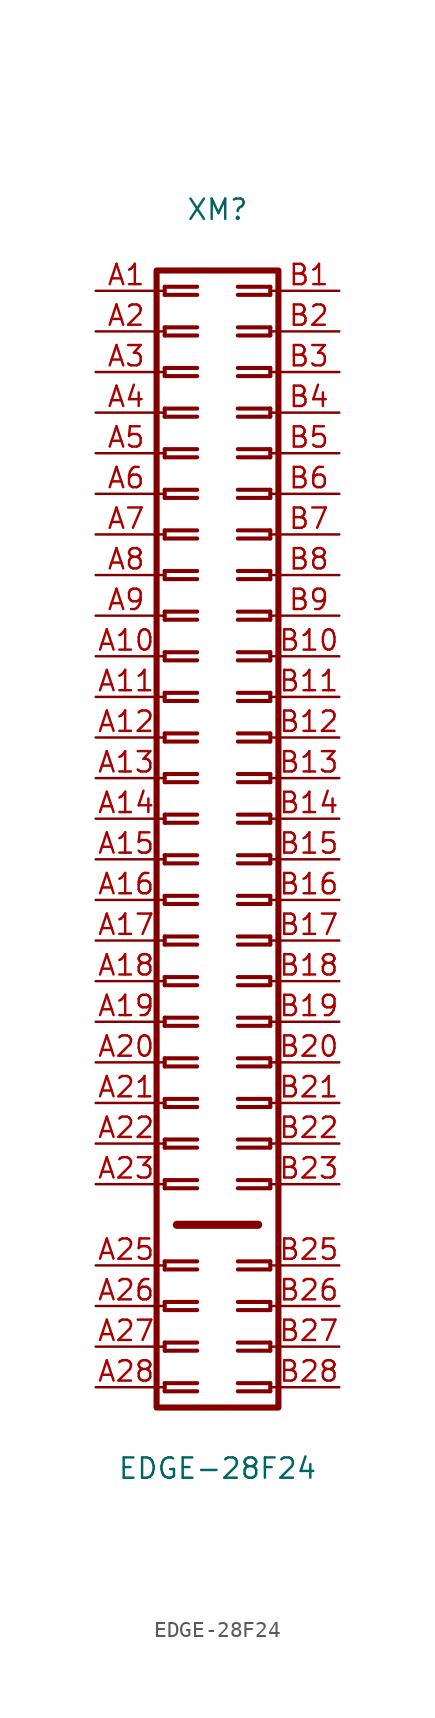
<source format=kicad_sym>
(kicad_symbol_lib
  (version 20231120)
  (generator "kicad_symbol_editor")
  (generator_version "8.0")
  (symbol "EDGE-28F24"
    (pin_names
      (offset 1.016))
    (property "Reference" "XM"
      (at 0 39.37 0)
      (effects (font (size 1.27 1.27))))
    (property "Value" "EDGE-28F24"
      (at 0 -39.37 0)
      (effects (font (size 1.27 1.27))))
    (symbol "EDGE-28F24_0_0"
      (polyline (pts (xy -2.54 -24.13) (xy 2.54 -24.13)) (stroke (width 0.508) (type default)) (fill (type none))))
    (symbol "EDGE-28F24_0_1"
      (rectangle (start -3.81 35.56) (end 3.81 -35.56) (stroke (width 0.381) (type default)) (fill (type none)))
      (polyline (pts (xy -3.81 -34.29) (xy -3.302 -34.29)) (stroke (width 0) (type default)) (fill (type none)))
      (polyline (pts (xy -3.81 -31.75) (xy -3.302 -31.75)) (stroke (width 0) (type default)) (fill (type none)))
      (polyline (pts (xy -3.81 -29.21) (xy -3.302 -29.21)) (stroke (width 0) (type default)) (fill (type none)))
      (polyline (pts (xy -3.81 -26.67) (xy -3.302 -26.67)) (stroke (width 0) (type default)) (fill (type none)))
      (polyline (pts (xy -3.81 -21.59) (xy -3.302 -21.59)) (stroke (width 0) (type default)) (fill (type none)))
      (polyline (pts (xy -3.81 -19.05) (xy -3.302 -19.05)) (stroke (width 0) (type default)) (fill (type none)))
      (polyline (pts (xy -3.81 -16.51) (xy -3.302 -16.51)) (stroke (width 0) (type default)) (fill (type none)))
      (polyline (pts (xy -3.81 -13.97) (xy -3.302 -13.97)) (stroke (width 0) (type default)) (fill (type none)))
      (polyline (pts (xy -3.81 -11.43) (xy -3.302 -11.43)) (stroke (width 0) (type default)) (fill (type none)))
      (polyline (pts (xy -3.81 -8.89) (xy -3.302 -8.89)) (stroke (width 0) (type default)) (fill (type none)))
      (polyline (pts (xy -3.81 -6.35) (xy -3.302 -6.35)) (stroke (width 0) (type default)) (fill (type none)))
      (polyline (pts (xy -3.81 -3.81) (xy -3.302 -3.81)) (stroke (width 0) (type default)) (fill (type none)))
      (polyline (pts (xy -3.81 -1.27) (xy -3.302 -1.27)) (stroke (width 0) (type default)) (fill (type none)))
      (polyline (pts (xy -3.81 1.27) (xy -3.302 1.27)) (stroke (width 0) (type default)) (fill (type none)))
      (polyline (pts (xy -3.81 3.81) (xy -3.302 3.81)) (stroke (width 0) (type default)) (fill (type none)))
      (polyline (pts (xy -3.81 6.35) (xy -3.302 6.35)) (stroke (width 0) (type default)) (fill (type none)))
      (polyline (pts (xy -3.81 8.89) (xy -3.302 8.89)) (stroke (width 0) (type default)) (fill (type none)))
      (polyline (pts (xy -3.81 11.43) (xy -3.302 11.43)) (stroke (width 0) (type default)) (fill (type none)))
      (polyline (pts (xy -3.81 13.97) (xy -3.302 13.97)) (stroke (width 0) (type default)) (fill (type none)))
      (polyline (pts (xy -3.81 16.51) (xy -3.302 16.51)) (stroke (width 0) (type default)) (fill (type none)))
      (polyline (pts (xy -3.81 19.05) (xy -3.302 19.05)) (stroke (width 0) (type default)) (fill (type none)))
      (polyline (pts (xy -3.81 21.59) (xy -3.302 21.59)) (stroke (width 0) (type default)) (fill (type none)))
      (polyline (pts (xy -3.81 24.13) (xy -3.302 24.13)) (stroke (width 0) (type default)) (fill (type none)))
      (polyline (pts (xy -3.81 26.67) (xy -3.302 26.67)) (stroke (width 0) (type default)) (fill (type none)))
      (polyline (pts (xy -3.81 29.21) (xy -3.302 29.21)) (stroke (width 0) (type default)) (fill (type none)))
      (polyline (pts (xy -3.81 31.75) (xy -3.302 31.75)) (stroke (width 0) (type default)) (fill (type none)))
      (polyline (pts (xy -3.81 34.29) (xy -3.302 34.29)) (stroke (width 0) (type default)) (fill (type none)))
      (polyline (pts (xy -3.302 -34.544) (xy -3.302 -34.036)) (stroke (width 0.254) (type default)) (fill (type none)))
      (polyline (pts (xy -3.302 -34.544) (xy -1.27 -34.544)) (stroke (width 0.254) (type default)) (fill (type none)))
      (polyline (pts (xy -3.302 -34.036) (xy -1.27 -34.036)) (stroke (width 0.254) (type default)) (fill (type none)))
      (polyline (pts (xy -3.302 -32.004) (xy -3.302 -31.496)) (stroke (width 0.254) (type default)) (fill (type none)))
      (polyline (pts (xy -3.302 -32.004) (xy -1.27 -32.004)) (stroke (width 0.254) (type default)) (fill (type none)))
      (polyline (pts (xy -3.302 -31.496) (xy -1.27 -31.496)) (stroke (width 0.254) (type default)) (fill (type none)))
      (polyline (pts (xy -3.302 -29.464) (xy -3.302 -28.956)) (stroke (width 0.254) (type default)) (fill (type none)))
      (polyline (pts (xy -3.302 -29.464) (xy -1.27 -29.464)) (stroke (width 0.254) (type default)) (fill (type none)))
      (polyline (pts (xy -3.302 -28.956) (xy -1.27 -28.956)) (stroke (width 0.254) (type default)) (fill (type none)))
      (polyline (pts (xy -3.302 -26.924) (xy -3.302 -26.416)) (stroke (width 0.254) (type default)) (fill (type none)))
      (polyline (pts (xy -3.302 -26.924) (xy -1.27 -26.924)) (stroke (width 0.254) (type default)) (fill (type none)))
      (polyline (pts (xy -3.302 -26.416) (xy -1.27 -26.416)) (stroke (width 0.254) (type default)) (fill (type none)))
      (polyline (pts (xy -3.302 -21.844) (xy -3.302 -21.336)) (stroke (width 0.254) (type default)) (fill (type none)))
      (polyline (pts (xy -3.302 -21.844) (xy -1.27 -21.844)) (stroke (width 0.254) (type default)) (fill (type none)))
      (polyline (pts (xy -3.302 -21.336) (xy -1.27 -21.336)) (stroke (width 0.254) (type default)) (fill (type none)))
      (polyline (pts (xy -3.302 -19.304) (xy -3.302 -18.796)) (stroke (width 0.254) (type default)) (fill (type none)))
      (polyline (pts (xy -3.302 -19.304) (xy -1.27 -19.304)) (stroke (width 0.254) (type default)) (fill (type none)))
      (polyline (pts (xy -3.302 -18.796) (xy -1.27 -18.796)) (stroke (width 0.254) (type default)) (fill (type none)))
      (polyline (pts (xy -3.302 -16.764) (xy -3.302 -16.256)) (stroke (width 0.254) (type default)) (fill (type none)))
      (polyline (pts (xy -3.302 -16.764) (xy -1.27 -16.764)) (stroke (width 0.254) (type default)) (fill (type none)))
      (polyline (pts (xy -3.302 -16.256) (xy -1.27 -16.256)) (stroke (width 0.254) (type default)) (fill (type none)))
      (polyline (pts (xy -3.302 -14.224) (xy -3.302 -13.716)) (stroke (width 0.254) (type default)) (fill (type none)))
      (polyline (pts (xy -3.302 -14.224) (xy -1.27 -14.224)) (stroke (width 0.254) (type default)) (fill (type none)))
      (polyline (pts (xy -3.302 -13.716) (xy -1.27 -13.716)) (stroke (width 0.254) (type default)) (fill (type none)))
      (polyline (pts (xy -3.302 -11.684) (xy -3.302 -11.176)) (stroke (width 0.254) (type default)) (fill (type none)))
      (polyline (pts (xy -3.302 -11.684) (xy -1.27 -11.684)) (stroke (width 0.254) (type default)) (fill (type none)))
      (polyline (pts (xy -3.302 -11.176) (xy -1.27 -11.176)) (stroke (width 0.254) (type default)) (fill (type none)))
      (polyline (pts (xy -3.302 -9.144) (xy -3.302 -8.636)) (stroke (width 0.254) (type default)) (fill (type none)))
      (polyline (pts (xy -3.302 -9.144) (xy -1.27 -9.144)) (stroke (width 0.254) (type default)) (fill (type none)))
      (polyline (pts (xy -3.302 -8.636) (xy -1.27 -8.636)) (stroke (width 0.254) (type default)) (fill (type none)))
      (polyline (pts (xy -3.302 -6.604) (xy -3.302 -6.096)) (stroke (width 0.254) (type default)) (fill (type none)))
      (polyline (pts (xy -3.302 -6.604) (xy -1.27 -6.604)) (stroke (width 0.254) (type default)) (fill (type none)))
      (polyline (pts (xy -3.302 -6.096) (xy -1.27 -6.096)) (stroke (width 0.254) (type default)) (fill (type none)))
      (polyline (pts (xy -3.302 -4.064) (xy -3.302 -3.556)) (stroke (width 0.254) (type default)) (fill (type none)))
      (polyline (pts (xy -3.302 -4.064) (xy -1.27 -4.064)) (stroke (width 0.254) (type default)) (fill (type none)))
      (polyline (pts (xy -3.302 -3.556) (xy -1.27 -3.556)) (stroke (width 0.254) (type default)) (fill (type none)))
      (polyline (pts (xy -3.302 -1.524) (xy -3.302 -1.016)) (stroke (width 0.254) (type default)) (fill (type none)))
      (polyline (pts (xy -3.302 -1.524) (xy -1.27 -1.524)) (stroke (width 0.254) (type default)) (fill (type none)))
      (polyline (pts (xy -3.302 -1.016) (xy -1.27 -1.016)) (stroke (width 0.254) (type default)) (fill (type none)))
      (polyline (pts (xy -3.302 1.016) (xy -3.302 1.524)) (stroke (width 0.254) (type default)) (fill (type none)))
      (polyline (pts (xy -3.302 1.016) (xy -1.27 1.016)) (stroke (width 0.254) (type default)) (fill (type none)))
      (polyline (pts (xy -3.302 1.524) (xy -1.27 1.524)) (stroke (width 0.254) (type default)) (fill (type none)))
      (polyline (pts (xy -3.302 3.556) (xy -3.302 4.064)) (stroke (width 0.254) (type default)) (fill (type none)))
      (polyline (pts (xy -3.302 3.556) (xy -1.27 3.556)) (stroke (width 0.254) (type default)) (fill (type none)))
      (polyline (pts (xy -3.302 4.064) (xy -1.27 4.064)) (stroke (width 0.254) (type default)) (fill (type none)))
      (polyline (pts (xy -3.302 6.096) (xy -3.302 6.604)) (stroke (width 0.254) (type default)) (fill (type none)))
      (polyline (pts (xy -3.302 6.096) (xy -1.27 6.096)) (stroke (width 0.254) (type default)) (fill (type none)))
      (polyline (pts (xy -3.302 6.604) (xy -1.27 6.604)) (stroke (width 0.254) (type default)) (fill (type none)))
      (polyline (pts (xy -3.302 8.636) (xy -3.302 9.144)) (stroke (width 0.254) (type default)) (fill (type none)))
      (polyline (pts (xy -3.302 8.636) (xy -1.27 8.636)) (stroke (width 0.254) (type default)) (fill (type none)))
      (polyline (pts (xy -3.302 9.144) (xy -1.27 9.144)) (stroke (width 0.254) (type default)) (fill (type none)))
      (polyline (pts (xy -3.302 11.176) (xy -3.302 11.684)) (stroke (width 0.254) (type default)) (fill (type none)))
      (polyline (pts (xy -3.302 11.176) (xy -1.27 11.176)) (stroke (width 0.254) (type default)) (fill (type none)))
      (polyline (pts (xy -3.302 11.684) (xy -1.27 11.684)) (stroke (width 0.254) (type default)) (fill (type none)))
      (polyline (pts (xy -3.302 13.716) (xy -3.302 14.224)) (stroke (width 0.254) (type default)) (fill (type none)))
      (polyline (pts (xy -3.302 13.716) (xy -1.27 13.716)) (stroke (width 0.254) (type default)) (fill (type none)))
      (polyline (pts (xy -3.302 14.224) (xy -1.27 14.224)) (stroke (width 0.254) (type default)) (fill (type none)))
      (polyline (pts (xy -3.302 16.256) (xy -3.302 16.764)) (stroke (width 0.254) (type default)) (fill (type none)))
      (polyline (pts (xy -3.302 16.256) (xy -1.27 16.256)) (stroke (width 0.254) (type default)) (fill (type none)))
      (polyline (pts (xy -3.302 16.764) (xy -1.27 16.764)) (stroke (width 0.254) (type default)) (fill (type none)))
      (polyline (pts (xy -3.302 18.796) (xy -3.302 19.304)) (stroke (width 0.254) (type default)) (fill (type none)))
      (polyline (pts (xy -3.302 18.796) (xy -1.27 18.796)) (stroke (width 0.254) (type default)) (fill (type none)))
      (polyline (pts (xy -3.302 19.304) (xy -1.27 19.304)) (stroke (width 0.254) (type default)) (fill (type none)))
      (polyline (pts (xy -3.302 21.336) (xy -3.302 21.844)) (stroke (width 0.254) (type default)) (fill (type none)))
      (polyline (pts (xy -3.302 21.336) (xy -1.27 21.336)) (stroke (width 0.254) (type default)) (fill (type none)))
      (polyline (pts (xy -3.302 21.844) (xy -1.27 21.844)) (stroke (width 0.254) (type default)) (fill (type none)))
      (polyline (pts (xy -3.302 23.876) (xy -3.302 24.384)) (stroke (width 0.254) (type default)) (fill (type none)))
      (polyline (pts (xy -3.302 23.876) (xy -1.27 23.876)) (stroke (width 0.254) (type default)) (fill (type none)))
      (polyline (pts (xy -3.302 24.384) (xy -1.27 24.384)) (stroke (width 0.254) (type default)) (fill (type none)))
      (polyline (pts (xy -3.302 26.416) (xy -3.302 26.924)) (stroke (width 0.254) (type default)) (fill (type none)))
      (polyline (pts (xy -3.302 26.416) (xy -1.27 26.416)) (stroke (width 0.254) (type default)) (fill (type none)))
      (polyline (pts (xy -3.302 26.924) (xy -1.27 26.924)) (stroke (width 0.254) (type default)) (fill (type none)))
      (polyline (pts (xy -3.302 28.956) (xy -3.302 29.464)) (stroke (width 0.254) (type default)) (fill (type none)))
      (polyline (pts (xy -3.302 28.956) (xy -1.27 28.956)) (stroke (width 0.254) (type default)) (fill (type none)))
      (polyline (pts (xy -3.302 29.464) (xy -1.27 29.464)) (stroke (width 0.254) (type default)) (fill (type none)))
      (polyline (pts (xy -3.302 31.496) (xy -3.302 32.004)) (stroke (width 0.254) (type default)) (fill (type none)))
      (polyline (pts (xy -3.302 31.496) (xy -1.27 31.496)) (stroke (width 0.254) (type default)) (fill (type none)))
      (polyline (pts (xy -3.302 32.004) (xy -1.27 32.004)) (stroke (width 0.254) (type default)) (fill (type none)))
      (polyline (pts (xy -3.302 34.036) (xy -3.302 34.544)) (stroke (width 0.254) (type default)) (fill (type none)))
      (polyline (pts (xy -3.302 34.036) (xy -1.27 34.036)) (stroke (width 0.254) (type default)) (fill (type none)))
      (polyline (pts (xy -3.302 34.544) (xy -1.27 34.544)) (stroke (width 0.254) (type default)) (fill (type none)))
      (polyline (pts (xy 3.302 -34.544) (xy 1.27 -34.544)) (stroke (width 0.254) (type default)) (fill (type none)))
      (polyline (pts (xy 3.302 -34.544) (xy 3.302 -34.036)) (stroke (width 0.254) (type default)) (fill (type none)))
      (polyline (pts (xy 3.302 -34.036) (xy 1.27 -34.036)) (stroke (width 0.254) (type default)) (fill (type none)))
      (polyline (pts (xy 3.302 -32.004) (xy 1.27 -32.004)) (stroke (width 0.254) (type default)) (fill (type none)))
      (polyline (pts (xy 3.302 -32.004) (xy 3.302 -31.496)) (stroke (width 0.254) (type default)) (fill (type none)))
      (polyline (pts (xy 3.302 -31.496) (xy 1.27 -31.496)) (stroke (width 0.254) (type default)) (fill (type none)))
      (polyline (pts (xy 3.302 -29.464) (xy 1.27 -29.464)) (stroke (width 0.254) (type default)) (fill (type none)))
      (polyline (pts (xy 3.302 -29.464) (xy 3.302 -28.956)) (stroke (width 0.254) (type default)) (fill (type none)))
      (polyline (pts (xy 3.302 -28.956) (xy 1.27 -28.956)) (stroke (width 0.254) (type default)) (fill (type none)))
      (polyline (pts (xy 3.302 -26.924) (xy 1.27 -26.924)) (stroke (width 0.254) (type default)) (fill (type none)))
      (polyline (pts (xy 3.302 -26.924) (xy 3.302 -26.416)) (stroke (width 0.254) (type default)) (fill (type none)))
      (polyline (pts (xy 3.302 -26.416) (xy 1.27 -26.416)) (stroke (width 0.254) (type default)) (fill (type none)))
      (polyline (pts (xy 3.302 -21.844) (xy 1.27 -21.844)) (stroke (width 0.254) (type default)) (fill (type none)))
      (polyline (pts (xy 3.302 -21.844) (xy 3.302 -21.336)) (stroke (width 0.254) (type default)) (fill (type none)))
      (polyline (pts (xy 3.302 -21.336) (xy 1.27 -21.336)) (stroke (width 0.254) (type default)) (fill (type none)))
      (polyline (pts (xy 3.302 -19.304) (xy 1.27 -19.304)) (stroke (width 0.254) (type default)) (fill (type none)))
      (polyline (pts (xy 3.302 -19.304) (xy 3.302 -18.796)) (stroke (width 0.254) (type default)) (fill (type none)))
      (polyline (pts (xy 3.302 -18.796) (xy 1.27 -18.796)) (stroke (width 0.254) (type default)) (fill (type none)))
      (polyline (pts (xy 3.302 -16.764) (xy 1.27 -16.764)) (stroke (width 0.254) (type default)) (fill (type none)))
      (polyline (pts (xy 3.302 -16.764) (xy 3.302 -16.256)) (stroke (width 0.254) (type default)) (fill (type none)))
      (polyline (pts (xy 3.302 -16.256) (xy 1.27 -16.256)) (stroke (width 0.254) (type default)) (fill (type none)))
      (polyline (pts (xy 3.302 -14.224) (xy 1.27 -14.224)) (stroke (width 0.254) (type default)) (fill (type none)))
      (polyline (pts (xy 3.302 -14.224) (xy 3.302 -13.716)) (stroke (width 0.254) (type default)) (fill (type none)))
      (polyline (pts (xy 3.302 -13.716) (xy 1.27 -13.716)) (stroke (width 0.254) (type default)) (fill (type none)))
      (polyline (pts (xy 3.302 -11.684) (xy 1.27 -11.684)) (stroke (width 0.254) (type default)) (fill (type none)))
      (polyline (pts (xy 3.302 -11.684) (xy 3.302 -11.176)) (stroke (width 0.254) (type default)) (fill (type none)))
      (polyline (pts (xy 3.302 -11.176) (xy 1.27 -11.176)) (stroke (width 0.254) (type default)) (fill (type none)))
      (polyline (pts (xy 3.302 -9.144) (xy 1.27 -9.144)) (stroke (width 0.254) (type default)) (fill (type none)))
      (polyline (pts (xy 3.302 -9.144) (xy 3.302 -8.636)) (stroke (width 0.254) (type default)) (fill (type none)))
      (polyline (pts (xy 3.302 -8.636) (xy 1.27 -8.636)) (stroke (width 0.254) (type default)) (fill (type none)))
      (polyline (pts (xy 3.302 -6.604) (xy 1.27 -6.604)) (stroke (width 0.254) (type default)) (fill (type none)))
      (polyline (pts (xy 3.302 -6.604) (xy 3.302 -6.096)) (stroke (width 0.254) (type default)) (fill (type none)))
      (polyline (pts (xy 3.302 -6.096) (xy 1.27 -6.096)) (stroke (width 0.254) (type default)) (fill (type none)))
      (polyline (pts (xy 3.302 -4.064) (xy 1.27 -4.064)) (stroke (width 0.254) (type default)) (fill (type none)))
      (polyline (pts (xy 3.302 -4.064) (xy 3.302 -3.556)) (stroke (width 0.254) (type default)) (fill (type none)))
      (polyline (pts (xy 3.302 -3.556) (xy 1.27 -3.556)) (stroke (width 0.254) (type default)) (fill (type none)))
      (polyline (pts (xy 3.302 -1.524) (xy 1.27 -1.524)) (stroke (width 0.254) (type default)) (fill (type none)))
      (polyline (pts (xy 3.302 -1.524) (xy 3.302 -1.016)) (stroke (width 0.254) (type default)) (fill (type none)))
      (polyline (pts (xy 3.302 -1.016) (xy 1.27 -1.016)) (stroke (width 0.254) (type default)) (fill (type none)))
      (polyline (pts (xy 3.302 1.016) (xy 1.27 1.016)) (stroke (width 0.254) (type default)) (fill (type none)))
      (polyline (pts (xy 3.302 1.016) (xy 3.302 1.524)) (stroke (width 0.254) (type default)) (fill (type none)))
      (polyline (pts (xy 3.302 1.524) (xy 1.27 1.524)) (stroke (width 0.254) (type default)) (fill (type none)))
      (polyline (pts (xy 3.302 3.556) (xy 1.27 3.556)) (stroke (width 0.254) (type default)) (fill (type none)))
      (polyline (pts (xy 3.302 3.556) (xy 3.302 4.064)) (stroke (width 0.254) (type default)) (fill (type none)))
      (polyline (pts (xy 3.302 4.064) (xy 1.27 4.064)) (stroke (width 0.254) (type default)) (fill (type none)))
      (polyline (pts (xy 3.302 6.096) (xy 1.27 6.096)) (stroke (width 0.254) (type default)) (fill (type none)))
      (polyline (pts (xy 3.302 6.096) (xy 3.302 6.604)) (stroke (width 0.254) (type default)) (fill (type none)))
      (polyline (pts (xy 3.302 6.604) (xy 1.27 6.604)) (stroke (width 0.254) (type default)) (fill (type none)))
      (polyline (pts (xy 3.302 8.636) (xy 1.27 8.636)) (stroke (width 0.254) (type default)) (fill (type none)))
      (polyline (pts (xy 3.302 8.636) (xy 3.302 9.144)) (stroke (width 0.254) (type default)) (fill (type none)))
      (polyline (pts (xy 3.302 9.144) (xy 1.27 9.144)) (stroke (width 0.254) (type default)) (fill (type none)))
      (polyline (pts (xy 3.302 11.176) (xy 1.27 11.176)) (stroke (width 0.254) (type default)) (fill (type none)))
      (polyline (pts (xy 3.302 11.176) (xy 3.302 11.684)) (stroke (width 0.254) (type default)) (fill (type none)))
      (polyline (pts (xy 3.302 11.684) (xy 1.27 11.684)) (stroke (width 0.254) (type default)) (fill (type none)))
      (polyline (pts (xy 3.302 13.716) (xy 1.27 13.716)) (stroke (width 0.254) (type default)) (fill (type none)))
      (polyline (pts (xy 3.302 13.716) (xy 3.302 14.224)) (stroke (width 0.254) (type default)) (fill (type none)))
      (polyline (pts (xy 3.302 14.224) (xy 1.27 14.224)) (stroke (width 0.254) (type default)) (fill (type none)))
      (polyline (pts (xy 3.302 16.256) (xy 1.27 16.256)) (stroke (width 0.254) (type default)) (fill (type none)))
      (polyline (pts (xy 3.302 16.256) (xy 3.302 16.764)) (stroke (width 0.254) (type default)) (fill (type none)))
      (polyline (pts (xy 3.302 16.764) (xy 1.27 16.764)) (stroke (width 0.254) (type default)) (fill (type none)))
      (polyline (pts (xy 3.302 18.796) (xy 1.27 18.796)) (stroke (width 0.254) (type default)) (fill (type none)))
      (polyline (pts (xy 3.302 18.796) (xy 3.302 19.304)) (stroke (width 0.254) (type default)) (fill (type none)))
      (polyline (pts (xy 3.302 19.304) (xy 1.27 19.304)) (stroke (width 0.254) (type default)) (fill (type none)))
      (polyline (pts (xy 3.302 21.336) (xy 1.27 21.336)) (stroke (width 0.254) (type default)) (fill (type none)))
      (polyline (pts (xy 3.302 21.336) (xy 3.302 21.844)) (stroke (width 0.254) (type default)) (fill (type none)))
      (polyline (pts (xy 3.302 21.844) (xy 1.27 21.844)) (stroke (width 0.254) (type default)) (fill (type none)))
      (polyline (pts (xy 3.302 23.876) (xy 1.27 23.876)) (stroke (width 0.254) (type default)) (fill (type none)))
      (polyline (pts (xy 3.302 23.876) (xy 3.302 24.384)) (stroke (width 0.254) (type default)) (fill (type none)))
      (polyline (pts (xy 3.302 24.384) (xy 1.27 24.384)) (stroke (width 0.254) (type default)) (fill (type none)))
      (polyline (pts (xy 3.302 26.416) (xy 1.27 26.416)) (stroke (width 0.254) (type default)) (fill (type none)))
      (polyline (pts (xy 3.302 26.416) (xy 3.302 26.924)) (stroke (width 0.254) (type default)) (fill (type none)))
      (polyline (pts (xy 3.302 26.924) (xy 1.27 26.924)) (stroke (width 0.254) (type default)) (fill (type none)))
      (polyline (pts (xy 3.302 28.956) (xy 1.27 28.956)) (stroke (width 0.254) (type default)) (fill (type none)))
      (polyline (pts (xy 3.302 28.956) (xy 3.302 29.464)) (stroke (width 0.254) (type default)) (fill (type none)))
      (polyline (pts (xy 3.302 29.464) (xy 1.27 29.464)) (stroke (width 0.254) (type default)) (fill (type none)))
      (polyline (pts (xy 3.302 31.496) (xy 1.27 31.496)) (stroke (width 0.254) (type default)) (fill (type none)))
      (polyline (pts (xy 3.302 31.496) (xy 3.302 32.004)) (stroke (width 0.254) (type default)) (fill (type none)))
      (polyline (pts (xy 3.302 32.004) (xy 1.27 32.004)) (stroke (width 0.254) (type default)) (fill (type none)))
      (polyline (pts (xy 3.302 34.036) (xy 1.27 34.036)) (stroke (width 0.254) (type default)) (fill (type none)))
      (polyline (pts (xy 3.302 34.036) (xy 3.302 34.544)) (stroke (width 0.254) (type default)) (fill (type none)))
      (polyline (pts (xy 3.302 34.544) (xy 1.27 34.544)) (stroke (width 0.254) (type default)) (fill (type none)))
      (polyline (pts (xy 3.81 -34.29) (xy 3.302 -34.29)) (stroke (width 0) (type default)) (fill (type none)))
      (polyline (pts (xy 3.81 -31.75) (xy 3.302 -31.75)) (stroke (width 0) (type default)) (fill (type none)))
      (polyline (pts (xy 3.81 -29.21) (xy 3.302 -29.21)) (stroke (width 0) (type default)) (fill (type none)))
      (polyline (pts (xy 3.81 -26.67) (xy 3.302 -26.67)) (stroke (width 0) (type default)) (fill (type none)))
      (polyline (pts (xy 3.81 -21.59) (xy 3.302 -21.59)) (stroke (width 0) (type default)) (fill (type none)))
      (polyline (pts (xy 3.81 -19.05) (xy 3.302 -19.05)) (stroke (width 0) (type default)) (fill (type none)))
      (polyline (pts (xy 3.81 -16.51) (xy 3.302 -16.51)) (stroke (width 0) (type default)) (fill (type none)))
      (polyline (pts (xy 3.81 -13.97) (xy 3.302 -13.97)) (stroke (width 0) (type default)) (fill (type none)))
      (polyline (pts (xy 3.81 -11.43) (xy 3.302 -11.43)) (stroke (width 0) (type default)) (fill (type none)))
      (polyline (pts (xy 3.81 -8.89) (xy 3.302 -8.89)) (stroke (width 0) (type default)) (fill (type none)))
      (polyline (pts (xy 3.81 -6.35) (xy 3.302 -6.35)) (stroke (width 0) (type default)) (fill (type none)))
      (polyline (pts (xy 3.81 -3.81) (xy 3.302 -3.81)) (stroke (width 0) (type default)) (fill (type none)))
      (polyline (pts (xy 3.81 -1.27) (xy 3.302 -1.27)) (stroke (width 0) (type default)) (fill (type none)))
      (polyline (pts (xy 3.81 1.27) (xy 3.302 1.27)) (stroke (width 0) (type default)) (fill (type none)))
      (polyline (pts (xy 3.81 3.81) (xy 3.302 3.81)) (stroke (width 0) (type default)) (fill (type none)))
      (polyline (pts (xy 3.81 6.35) (xy 3.302 6.35)) (stroke (width 0) (type default)) (fill (type none)))
      (polyline (pts (xy 3.81 8.89) (xy 3.302 8.89)) (stroke (width 0) (type default)) (fill (type none)))
      (polyline (pts (xy 3.81 11.43) (xy 3.302 11.43)) (stroke (width 0) (type default)) (fill (type none)))
      (polyline (pts (xy 3.81 13.97) (xy 3.302 13.97)) (stroke (width 0) (type default)) (fill (type none)))
      (polyline (pts (xy 3.81 16.51) (xy 3.302 16.51)) (stroke (width 0) (type default)) (fill (type none)))
      (polyline (pts (xy 3.81 19.05) (xy 3.302 19.05)) (stroke (width 0) (type default)) (fill (type none)))
      (polyline (pts (xy 3.81 21.59) (xy 3.302 21.59)) (stroke (width 0) (type default)) (fill (type none)))
      (polyline (pts (xy 3.81 24.13) (xy 3.302 24.13)) (stroke (width 0) (type default)) (fill (type none)))
      (polyline (pts (xy 3.81 26.67) (xy 3.302 26.67)) (stroke (width 0) (type default)) (fill (type none)))
      (polyline (pts (xy 3.81 29.21) (xy 3.302 29.21)) (stroke (width 0) (type default)) (fill (type none)))
      (polyline (pts (xy 3.81 31.75) (xy 3.302 31.75)) (stroke (width 0) (type default)) (fill (type none)))
      (polyline (pts (xy 3.81 34.29) (xy 3.302 34.29)) (stroke (width 0) (type default)) (fill (type none))))
    (symbol "EDGE-28F24_1_1"
      (pin passive line (at -7.62 34.29 0) (length 3.81) (name "~" (effects (font (size 1.27 1.27)))) (number "A1" (effects (font (size 1.27 1.27)))))
      (pin passive line (at -7.62 11.43 0) (length 3.81) (name "~" (effects (font (size 1.27 1.27)))) (number "A10" (effects (font (size 1.27 1.27)))))
      (pin passive line (at -7.62 8.89 0) (length 3.81) (name "~" (effects (font (size 1.27 1.27)))) (number "A11" (effects (font (size 1.27 1.27)))))
      (pin passive line (at -7.62 6.35 0) (length 3.81) (name "~" (effects (font (size 1.27 1.27)))) (number "A12" (effects (font (size 1.27 1.27)))))
      (pin passive line (at -7.62 3.81 0) (length 3.81) (name "~" (effects (font (size 1.27 1.27)))) (number "A13" (effects (font (size 1.27 1.27)))))
      (pin passive line (at -7.62 1.27 0) (length 3.81) (name "~" (effects (font (size 1.27 1.27)))) (number "A14" (effects (font (size 1.27 1.27)))))
      (pin passive line (at -7.62 -1.27 0) (length 3.81) (name "~" (effects (font (size 1.27 1.27)))) (number "A15" (effects (font (size 1.27 1.27)))))
      (pin passive line (at -7.62 -3.81 0) (length 3.81) (name "~" (effects (font (size 1.27 1.27)))) (number "A16" (effects (font (size 1.27 1.27)))))
      (pin passive line (at -7.62 -6.35 0) (length 3.81) (name "~" (effects (font (size 1.27 1.27)))) (number "A17" (effects (font (size 1.27 1.27)))))
      (pin passive line (at -7.62 -8.89 0) (length 3.81) (name "~" (effects (font (size 1.27 1.27)))) (number "A18" (effects (font (size 1.27 1.27)))))
      (pin passive line (at -7.62 -11.43 0) (length 3.81) (name "~" (effects (font (size 1.27 1.27)))) (number "A19" (effects (font (size 1.27 1.27)))))
      (pin passive line (at -7.62 31.75 0) (length 3.81) (name "~" (effects (font (size 1.27 1.27)))) (number "A2" (effects (font (size 1.27 1.27)))))
      (pin passive line (at -7.62 -13.97 0) (length 3.81) (name "~" (effects (font (size 1.27 1.27)))) (number "A20" (effects (font (size 1.27 1.27)))))
      (pin passive line (at -7.62 -16.51 0) (length 3.81) (name "~" (effects (font (size 1.27 1.27)))) (number "A21" (effects (font (size 1.27 1.27)))))
      (pin passive line (at -7.62 -19.05 0) (length 3.81) (name "~" (effects (font (size 1.27 1.27)))) (number "A22" (effects (font (size 1.27 1.27)))))
      (pin passive line (at -7.62 -21.59 0) (length 3.81) (name "~" (effects (font (size 1.27 1.27)))) (number "A23" (effects (font (size 1.27 1.27)))))
      (pin passive line (at -7.62 -26.67 0) (length 3.81) (name "~" (effects (font (size 1.27 1.27)))) (number "A25" (effects (font (size 1.27 1.27)))))
      (pin passive line (at -7.62 -29.21 0) (length 3.81) (name "~" (effects (font (size 1.27 1.27)))) (number "A26" (effects (font (size 1.27 1.27)))))
      (pin passive line (at -7.62 -31.75 0) (length 3.81) (name "~" (effects (font (size 1.27 1.27)))) (number "A27" (effects (font (size 1.27 1.27)))))
      (pin passive line (at -7.62 -34.29 0) (length 3.81) (name "~" (effects (font (size 1.27 1.27)))) (number "A28" (effects (font (size 1.27 1.27)))))
      (pin passive line (at -7.62 29.21 0) (length 3.81) (name "~" (effects (font (size 1.27 1.27)))) (number "A3" (effects (font (size 1.27 1.27)))))
      (pin passive line (at -7.62 26.67 0) (length 3.81) (name "~" (effects (font (size 1.27 1.27)))) (number "A4" (effects (font (size 1.27 1.27)))))
      (pin passive line (at -7.62 24.13 0) (length 3.81) (name "~" (effects (font (size 1.27 1.27)))) (number "A5" (effects (font (size 1.27 1.27)))))
      (pin passive line (at -7.62 21.59 0) (length 3.81) (name "~" (effects (font (size 1.27 1.27)))) (number "A6" (effects (font (size 1.27 1.27)))))
      (pin passive line (at -7.62 19.05 0) (length 3.81) (name "~" (effects (font (size 1.27 1.27)))) (number "A7" (effects (font (size 1.27 1.27)))))
      (pin passive line (at -7.62 16.51 0) (length 3.81) (name "~" (effects (font (size 1.27 1.27)))) (number "A8" (effects (font (size 1.27 1.27)))))
      (pin passive line (at -7.62 13.97 0) (length 3.81) (name "~" (effects (font (size 1.27 1.27)))) (number "A9" (effects (font (size 1.27 1.27)))))
      (pin passive line (at 7.62 34.29 180) (length 3.81) (name "~" (effects (font (size 1.27 1.27)))) (number "B1" (effects (font (size 1.27 1.27)))))
      (pin passive line (at 7.62 11.43 180) (length 3.81) (name "~" (effects (font (size 1.27 1.27)))) (number "B10" (effects (font (size 1.27 1.27)))))
      (pin passive line (at 7.62 8.89 180) (length 3.81) (name "~" (effects (font (size 1.27 1.27)))) (number "B11" (effects (font (size 1.27 1.27)))))
      (pin passive line (at 7.62 6.35 180) (length 3.81) (name "~" (effects (font (size 1.27 1.27)))) (number "B12" (effects (font (size 1.27 1.27)))))
      (pin passive line (at 7.62 3.81 180) (length 3.81) (name "~" (effects (font (size 1.27 1.27)))) (number "B13" (effects (font (size 1.27 1.27)))))
      (pin passive line (at 7.62 1.27 180) (length 3.81) (name "~" (effects (font (size 1.27 1.27)))) (number "B14" (effects (font (size 1.27 1.27)))))
      (pin passive line (at 7.62 -1.27 180) (length 3.81) (name "~" (effects (font (size 1.27 1.27)))) (number "B15" (effects (font (size 1.27 1.27)))))
      (pin passive line (at 7.62 -3.81 180) (length 3.81) (name "~" (effects (font (size 1.27 1.27)))) (number "B16" (effects (font (size 1.27 1.27)))))
      (pin passive line (at 7.62 -6.35 180) (length 3.81) (name "~" (effects (font (size 1.27 1.27)))) (number "B17" (effects (font (size 1.27 1.27)))))
      (pin passive line (at 7.62 -8.89 180) (length 3.81) (name "~" (effects (font (size 1.27 1.27)))) (number "B18" (effects (font (size 1.27 1.27)))))
      (pin passive line (at 7.62 -11.43 180) (length 3.81) (name "~" (effects (font (size 1.27 1.27)))) (number "B19" (effects (font (size 1.27 1.27)))))
      (pin passive line (at 7.62 31.75 180) (length 3.81) (name "~" (effects (font (size 1.27 1.27)))) (number "B2" (effects (font (size 1.27 1.27)))))
      (pin passive line (at 7.62 -13.97 180) (length 3.81) (name "~" (effects (font (size 1.27 1.27)))) (number "B20" (effects (font (size 1.27 1.27)))))
      (pin passive line (at 7.62 -16.51 180) (length 3.81) (name "~" (effects (font (size 1.27 1.27)))) (number "B21" (effects (font (size 1.27 1.27)))))
      (pin passive line (at 7.62 -19.05 180) (length 3.81) (name "~" (effects (font (size 1.27 1.27)))) (number "B22" (effects (font (size 1.27 1.27)))))
      (pin passive line (at 7.62 -21.59 180) (length 3.81) (name "~" (effects (font (size 1.27 1.27)))) (number "B23" (effects (font (size 1.27 1.27)))))
      (pin passive line (at 7.62 -26.67 180) (length 3.81) (name "~" (effects (font (size 1.27 1.27)))) (number "B25" (effects (font (size 1.27 1.27)))))
      (pin passive line (at 7.62 -29.21 180) (length 3.81) (name "~" (effects (font (size 1.27 1.27)))) (number "B26" (effects (font (size 1.27 1.27)))))
      (pin passive line (at 7.62 -31.75 180) (length 3.81) (name "~" (effects (font (size 1.27 1.27)))) (number "B27" (effects (font (size 1.27 1.27)))))
      (pin passive line (at 7.62 -34.29 180) (length 3.81) (name "~" (effects (font (size 1.27 1.27)))) (number "B28" (effects (font (size 1.27 1.27)))))
      (pin passive line (at 7.62 29.21 180) (length 3.81) (name "~" (effects (font (size 1.27 1.27)))) (number "B3" (effects (font (size 1.27 1.27)))))
      (pin passive line (at 7.62 26.67 180) (length 3.81) (name "~" (effects (font (size 1.27 1.27)))) (number "B4" (effects (font (size 1.27 1.27)))))
      (pin passive line (at 7.62 24.13 180) (length 3.81) (name "~" (effects (font (size 1.27 1.27)))) (number "B5" (effects (font (size 1.27 1.27)))))
      (pin passive line (at 7.62 21.59 180) (length 3.81) (name "~" (effects (font (size 1.27 1.27)))) (number "B6" (effects (font (size 1.27 1.27)))))
      (pin passive line (at 7.62 19.05 180) (length 3.81) (name "~" (effects (font (size 1.27 1.27)))) (number "B7" (effects (font (size 1.27 1.27)))))
      (pin passive line (at 7.62 16.51 180) (length 3.81) (name "~" (effects (font (size 1.27 1.27)))) (number "B8" (effects (font (size 1.27 1.27)))))
      (pin passive line (at 7.62 13.97 180) (length 3.81) (name "~" (effects (font (size 1.27 1.27)))) (number "B9" (effects (font (size 1.27 1.27))))))))
</source>
